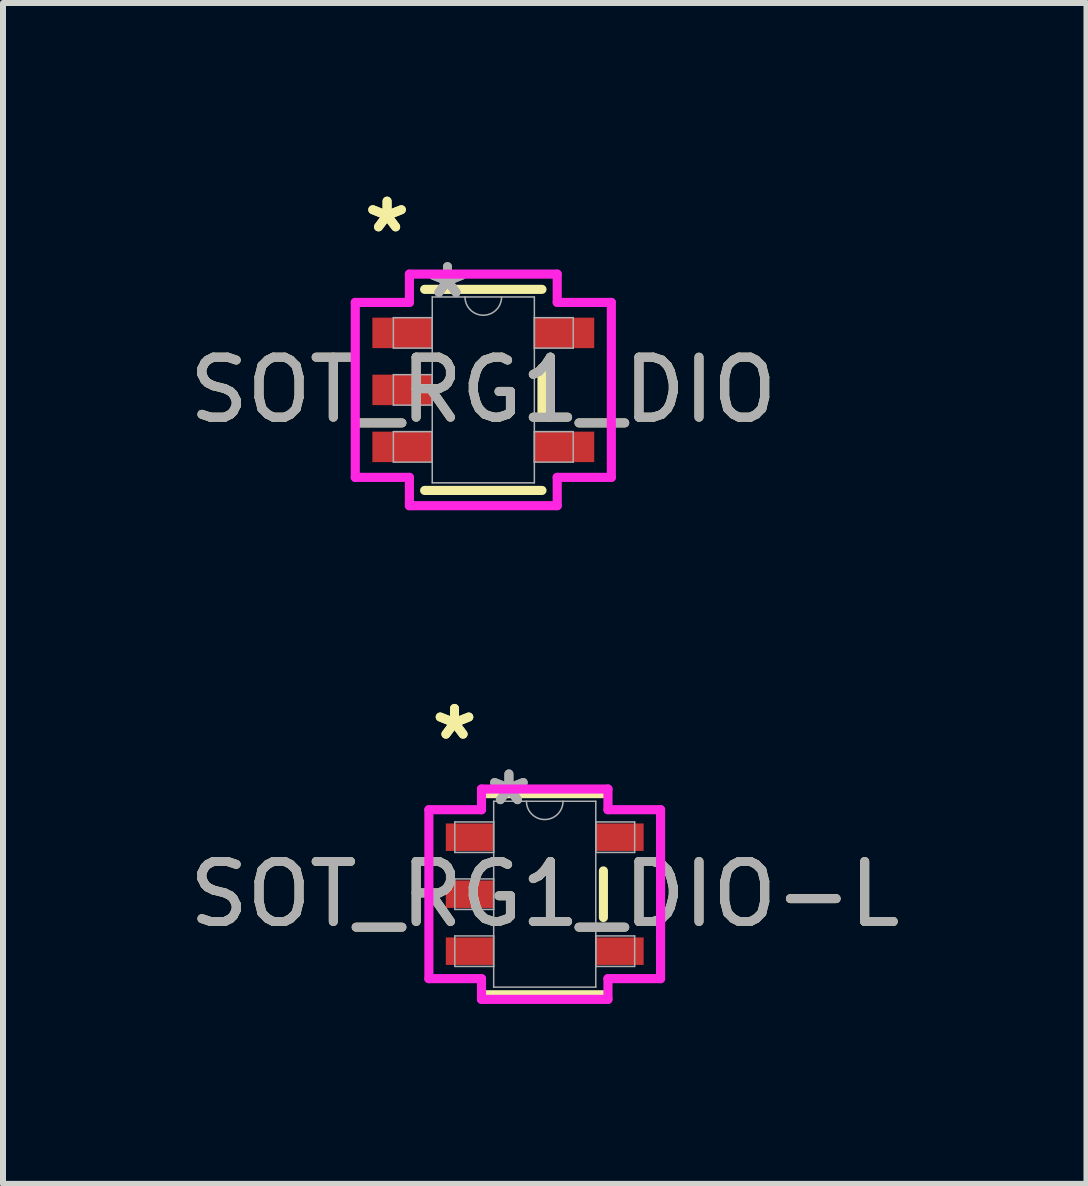
<source format=kicad_pcb>
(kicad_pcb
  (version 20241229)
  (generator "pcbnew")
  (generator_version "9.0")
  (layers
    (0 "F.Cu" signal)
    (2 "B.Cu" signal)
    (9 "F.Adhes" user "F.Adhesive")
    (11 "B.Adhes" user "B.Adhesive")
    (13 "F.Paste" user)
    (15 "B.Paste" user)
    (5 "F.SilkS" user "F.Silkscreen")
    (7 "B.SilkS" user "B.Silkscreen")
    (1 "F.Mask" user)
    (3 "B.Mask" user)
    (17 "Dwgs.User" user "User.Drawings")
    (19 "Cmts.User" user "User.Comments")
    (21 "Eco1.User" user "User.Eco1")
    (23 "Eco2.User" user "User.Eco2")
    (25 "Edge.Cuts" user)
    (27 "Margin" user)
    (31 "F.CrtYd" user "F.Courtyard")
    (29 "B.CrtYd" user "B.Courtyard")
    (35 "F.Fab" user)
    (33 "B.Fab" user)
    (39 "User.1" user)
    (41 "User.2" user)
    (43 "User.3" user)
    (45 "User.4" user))
  (footprint "SOT_RG1_DIO"
    (layer "F.Cu")
    (at 5.006 3.449)
    (property "Reference" "SOT_RG1_DIO" (at 0 0 0) (unlocked yes) (layer "F.SilkS") (effects (font (size 1 1) (thickness 0.15))))
    (attr smd)
    (fp_line (start -0.978 1.676) (end 0.978 1.676) (stroke (width 0.152) (type solid)) (layer "F.SilkS"))
    (fp_line (start 0.978 -1.676) (end -0.978 -1.676) (stroke (width 0.152) (type solid)) (layer "F.SilkS"))
    (fp_line (start 0.978 0.363) (end 0.978 -0.363) (stroke (width 0.152) (type solid)) (layer "F.SilkS"))
    (fp_line (start -2.134 -1.458) (end -1.232 -1.458) (stroke (width 0.152) (type solid)) (layer "F.CrtYd"))
    (fp_line (start -2.134 1.458) (end -2.134 -1.458) (stroke (width 0.152) (type solid)) (layer "F.CrtYd"))
    (fp_line (start -1.232 -1.93) (end 1.232 -1.93) (stroke (width 0.152) (type solid)) (layer "F.CrtYd"))
    (fp_line (start -1.232 -1.458) (end -1.232 -1.93) (stroke (width 0.152) (type solid)) (layer "F.CrtYd"))
    (fp_line (start -1.232 1.458) (end -2.134 1.458) (stroke (width 0.152) (type solid)) (layer "F.CrtYd"))
    (fp_line (start -1.232 1.93) (end -1.232 1.458) (stroke (width 0.152) (type solid)) (layer "F.CrtYd"))
    (fp_line (start 1.232 -1.93) (end 1.232 -1.458) (stroke (width 0.152) (type solid)) (layer "F.CrtYd"))
    (fp_line (start 1.232 -1.458) (end 2.134 -1.458) (stroke (width 0.152) (type solid)) (layer "F.CrtYd"))
    (fp_line (start 1.232 1.458) (end 1.232 1.93) (stroke (width 0.152) (type solid)) (layer "F.CrtYd"))
    (fp_line (start 1.232 1.93) (end -1.232 1.93) (stroke (width 0.152) (type solid)) (layer "F.CrtYd"))
    (fp_line (start 2.134 -1.458) (end 2.134 1.458) (stroke (width 0.152) (type solid)) (layer "F.CrtYd"))
    (fp_line (start 2.134 1.458) (end 1.232 1.458) (stroke (width 0.152) (type solid)) (layer "F.CrtYd"))
    (fp_line (start -1.499 -1.204) (end -1.499 -0.696) (stroke (width 0.025) (type solid)) (layer "F.Fab"))
    (fp_line (start -1.499 -0.696) (end -0.851 -0.696) (stroke (width 0.025) (type solid)) (layer "F.Fab"))
    (fp_line (start -1.499 -0.254) (end -1.499 0.254) (stroke (width 0.025) (type solid)) (layer "F.Fab"))
    (fp_line (start -1.499 0.254) (end -0.851 0.254) (stroke (width 0.025) (type solid)) (layer "F.Fab"))
    (fp_line (start -1.499 0.696) (end -1.499 1.204) (stroke (width 0.025) (type solid)) (layer "F.Fab"))
    (fp_line (start -1.499 1.204) (end -0.851 1.204) (stroke (width 0.025) (type solid)) (layer "F.Fab"))
    (fp_line (start -0.851 -1.549) (end -0.851 1.549) (stroke (width 0.025) (type solid)) (layer "F.Fab"))
    (fp_line (start -0.851 -1.204) (end -1.499 -1.204) (stroke (width 0.025) (type solid)) (layer "F.Fab"))
    (fp_line (start -0.851 -0.696) (end -0.851 -1.204) (stroke (width 0.025) (type solid)) (layer "F.Fab"))
    (fp_line (start -0.851 -0.254) (end -1.499 -0.254) (stroke (width 0.025) (type solid)) (layer "F.Fab"))
    (fp_line (start -0.851 0.254) (end -0.851 -0.254) (stroke (width 0.025) (type solid)) (layer "F.Fab"))
    (fp_line (start -0.851 0.696) (end -1.499 0.696) (stroke (width 0.025) (type solid)) (layer "F.Fab"))
    (fp_line (start -0.851 1.204) (end -0.851 0.696) (stroke (width 0.025) (type solid)) (layer "F.Fab"))
    (fp_line (start -0.851 1.549) (end 0.851 1.549) (stroke (width 0.025) (type solid)) (layer "F.Fab"))
    (fp_line (start 0.851 -1.549) (end -0.851 -1.549) (stroke (width 0.025) (type solid)) (layer "F.Fab"))
    (fp_line (start 0.851 -1.204) (end 0.851 -0.696) (stroke (width 0.025) (type solid)) (layer "F.Fab"))
    (fp_line (start 0.851 -0.696) (end 1.499 -0.696) (stroke (width 0.025) (type solid)) (layer "F.Fab"))
    (fp_line (start 0.851 0.696) (end 0.851 1.204) (stroke (width 0.025) (type solid)) (layer "F.Fab"))
    (fp_line (start 0.851 1.204) (end 1.499 1.204) (stroke (width 0.025) (type solid)) (layer "F.Fab"))
    (fp_line (start 0.851 1.549) (end 0.851 -1.549) (stroke (width 0.025) (type solid)) (layer "F.Fab"))
    (fp_line (start 1.499 -1.204) (end 0.851 -1.204) (stroke (width 0.025) (type solid)) (layer "F.Fab"))
    (fp_line (start 1.499 -0.696) (end 1.499 -1.204) (stroke (width 0.025) (type solid)) (layer "F.Fab"))
    (fp_line (start 1.499 0.696) (end 0.851 0.696) (stroke (width 0.025) (type solid)) (layer "F.Fab"))
    (fp_line (start 1.499 1.204) (end 1.499 0.696) (stroke (width 0.025) (type solid)) (layer "F.Fab"))
    (fp_arc (start 0.3048 -1.5494) (mid 0 -1.2446) (end -0.3048 -1.5494) (stroke (width 0.0254) (type solid)) (layer "F.Fab"))
    (fp_text user "*" (at -1.604 -2.601 0) (layer "F.SilkS") (effects (font (size 1 1) (thickness 0.15))))
    (fp_text user "*" (at -1.604 -2.601 0) (unlocked yes) (layer "F.SilkS") (effects (font (size 1 1) (thickness 0.15))))
    (fp_text user "${REFERENCE}" (at 0 0 0) (unlocked yes) (layer "F.Fab") (effects (font (size 1 1) (thickness 0.15))))
    (fp_text user "*" (at -0.597 -1.509 0) (layer "F.Fab") (effects (font (size 1 1) (thickness 0.15))))
    (fp_text user "*" (at -0.597 -1.509 0) (unlocked yes) (layer "F.Fab") (effects (font (size 1 1) (thickness 0.15))))
    (pad "1" smd rect (at -1.35 -0.95) (size 0.998 0.508) (layers "F.Cu" "F.Mask" "F.Paste"))
    (pad "2" smd rect (at -1.35 0) (size 0.998 0.508) (layers "F.Cu" "F.Mask" "F.Paste"))
    (pad "3" smd rect (at -1.35 0.95) (size 0.998 0.508) (layers "F.Cu" "F.Mask" "F.Paste"))
    (pad "4" smd rect (at 1.35 0.95) (size 0.998 0.508) (layers "F.Cu" "F.Mask" "F.Paste"))
    (pad "5" smd rect (at 1.35 -0.95) (size 0.998 0.508) (layers "F.Cu" "F.Mask" "F.Paste")))
  (footprint "SOT_RG1_DIO-L"
    (layer "F.Cu")
    (at 6.03 11.855)
    (property "Reference" "SOT_RG1_DIO-L" (at 0 0 0) (unlocked yes) (layer "F.SilkS") (effects (font (size 1 1) (thickness 0.15))))
    (attr smd)
    (fp_line (start -0.978 1.676) (end 0.978 1.676) (stroke (width 0.152) (type solid)) (layer "F.SilkS"))
    (fp_line (start 0.978 -1.676) (end -0.978 -1.676) (stroke (width 0.152) (type solid)) (layer "F.SilkS"))
    (fp_line (start 0.978 0.388) (end 0.978 -0.388) (stroke (width 0.152) (type solid)) (layer "F.SilkS"))
    (fp_line (start -1.931 -1.408) (end -1.054 -1.408) (stroke (width 0.152) (type solid)) (layer "F.CrtYd"))
    (fp_line (start -1.931 1.408) (end -1.931 -1.408) (stroke (width 0.152) (type solid)) (layer "F.CrtYd"))
    (fp_line (start -1.054 -1.753) (end 1.054 -1.753) (stroke (width 0.152) (type solid)) (layer "F.CrtYd"))
    (fp_line (start -1.054 -1.408) (end -1.054 -1.753) (stroke (width 0.152) (type solid)) (layer "F.CrtYd"))
    (fp_line (start -1.054 1.408) (end -1.931 1.408) (stroke (width 0.152) (type solid)) (layer "F.CrtYd"))
    (fp_line (start -1.054 1.753) (end -1.054 1.408) (stroke (width 0.152) (type solid)) (layer "F.CrtYd"))
    (fp_line (start 1.054 -1.753) (end 1.054 -1.408) (stroke (width 0.152) (type solid)) (layer "F.CrtYd"))
    (fp_line (start 1.054 -1.408) (end 1.931 -1.408) (stroke (width 0.152) (type solid)) (layer "F.CrtYd"))
    (fp_line (start 1.054 1.408) (end 1.054 1.753) (stroke (width 0.152) (type solid)) (layer "F.CrtYd"))
    (fp_line (start 1.054 1.753) (end -1.054 1.753) (stroke (width 0.152) (type solid)) (layer "F.CrtYd"))
    (fp_line (start 1.931 -1.408) (end 1.931 1.408) (stroke (width 0.152) (type solid)) (layer "F.CrtYd"))
    (fp_line (start 1.931 1.408) (end 1.054 1.408) (stroke (width 0.152) (type solid)) (layer "F.CrtYd"))
    (fp_line (start -1.499 -1.204) (end -1.499 -0.696) (stroke (width 0.025) (type solid)) (layer "F.Fab"))
    (fp_line (start -1.499 -0.696) (end -0.851 -0.696) (stroke (width 0.025) (type solid)) (layer "F.Fab"))
    (fp_line (start -1.499 -0.254) (end -1.499 0.254) (stroke (width 0.025) (type solid)) (layer "F.Fab"))
    (fp_line (start -1.499 0.254) (end -0.851 0.254) (stroke (width 0.025) (type solid)) (layer "F.Fab"))
    (fp_line (start -1.499 0.696) (end -1.499 1.204) (stroke (width 0.025) (type solid)) (layer "F.Fab"))
    (fp_line (start -1.499 1.204) (end -0.851 1.204) (stroke (width 0.025) (type solid)) (layer "F.Fab"))
    (fp_line (start -0.851 -1.549) (end -0.851 1.549) (stroke (width 0.025) (type solid)) (layer "F.Fab"))
    (fp_line (start -0.851 -1.204) (end -1.499 -1.204) (stroke (width 0.025) (type solid)) (layer "F.Fab"))
    (fp_line (start -0.851 -0.696) (end -0.851 -1.204) (stroke (width 0.025) (type solid)) (layer "F.Fab"))
    (fp_line (start -0.851 -0.254) (end -1.499 -0.254) (stroke (width 0.025) (type solid)) (layer "F.Fab"))
    (fp_line (start -0.851 0.254) (end -0.851 -0.254) (stroke (width 0.025) (type solid)) (layer "F.Fab"))
    (fp_line (start -0.851 0.696) (end -1.499 0.696) (stroke (width 0.025) (type solid)) (layer "F.Fab"))
    (fp_line (start -0.851 1.204) (end -0.851 0.696) (stroke (width 0.025) (type solid)) (layer "F.Fab"))
    (fp_line (start -0.851 1.549) (end 0.851 1.549) (stroke (width 0.025) (type solid)) (layer "F.Fab"))
    (fp_line (start 0.851 -1.549) (end -0.851 -1.549) (stroke (width 0.025) (type solid)) (layer "F.Fab"))
    (fp_line (start 0.851 -1.204) (end 0.851 -0.696) (stroke (width 0.025) (type solid)) (layer "F.Fab"))
    (fp_line (start 0.851 -0.696) (end 1.499 -0.696) (stroke (width 0.025) (type solid)) (layer "F.Fab"))
    (fp_line (start 0.851 0.696) (end 0.851 1.204) (stroke (width 0.025) (type solid)) (layer "F.Fab"))
    (fp_line (start 0.851 1.204) (end 1.499 1.204) (stroke (width 0.025) (type solid)) (layer "F.Fab"))
    (fp_line (start 0.851 1.549) (end 0.851 -1.549) (stroke (width 0.025) (type solid)) (layer "F.Fab"))
    (fp_line (start 1.499 -1.204) (end 0.851 -1.204) (stroke (width 0.025) (type solid)) (layer "F.Fab"))
    (fp_line (start 1.499 -0.696) (end 1.499 -1.204) (stroke (width 0.025) (type solid)) (layer "F.Fab"))
    (fp_line (start 1.499 0.696) (end 0.851 0.696) (stroke (width 0.025) (type solid)) (layer "F.Fab"))
    (fp_line (start 1.499 1.204) (end 1.499 0.696) (stroke (width 0.025) (type solid)) (layer "F.Fab"))
    (fp_arc (start 0.3048 -1.5494) (mid 0 -1.2446) (end -0.3048 -1.5494) (stroke (width 0.0254) (type solid)) (layer "F.Fab"))
    (fp_text user "*" (at -1.504 -2.551 0) (layer "F.SilkS") (effects (font (size 1 1) (thickness 0.15))))
    (fp_text user "*" (at -1.504 -2.551 0) (unlocked yes) (layer "F.SilkS") (effects (font (size 1 1) (thickness 0.15))))
    (fp_text user "${REFERENCE}" (at 0 0 0) (unlocked yes) (layer "F.Fab") (effects (font (size 1 1) (thickness 0.15))))
    (fp_text user "*" (at -0.597 -1.459 0) (unlocked yes) (layer "F.Fab") (effects (font (size 1 1) (thickness 0.15))))
    (fp_text user "*" (at -0.597 -1.459 0) (layer "F.Fab") (effects (font (size 1 1) (thickness 0.15))))
    (pad "1" smd rect (at -1.25 -0.95) (size 0.798 0.458) (layers "F.Cu" "F.Mask" "F.Paste"))
    (pad "2" smd rect (at -1.25 0) (size 0.798 0.458) (layers "F.Cu" "F.Mask" "F.Paste"))
    (pad "3" smd rect (at -1.25 0.95) (size 0.798 0.458) (layers "F.Cu" "F.Mask" "F.Paste"))
    (pad "4" smd rect (at 1.25 0.95) (size 0.798 0.458) (layers "F.Cu" "F.Mask" "F.Paste"))
    (pad "5" smd rect (at 1.25 -0.95) (size 0.798 0.458) (layers "F.Cu" "F.Mask" "F.Paste")))
  (gr_rect
    (start -3 -3)
    (end 15.06 16.684)
    (stroke (width 0.1) (type default))
    (fill no)
    (layer "Edge.Cuts")))
</source>
